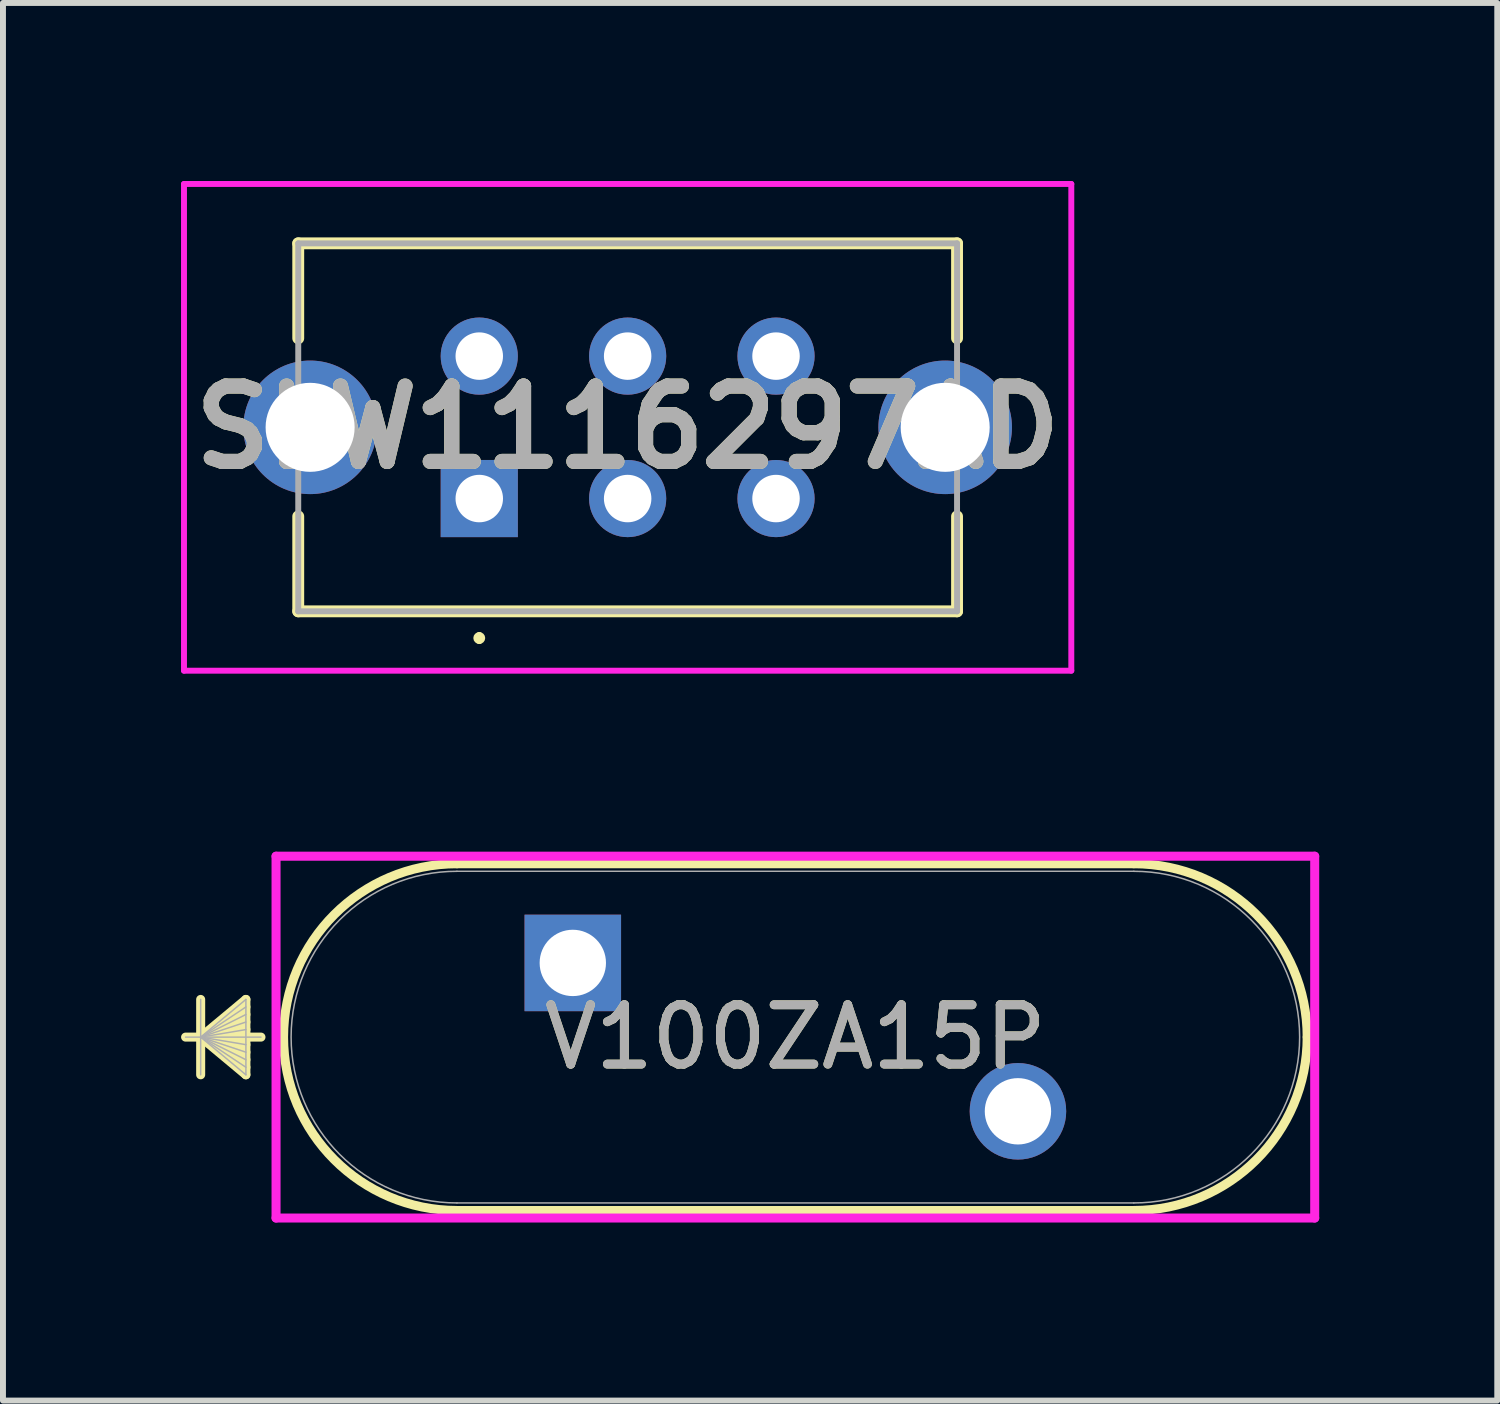
<source format=kicad_pcb>
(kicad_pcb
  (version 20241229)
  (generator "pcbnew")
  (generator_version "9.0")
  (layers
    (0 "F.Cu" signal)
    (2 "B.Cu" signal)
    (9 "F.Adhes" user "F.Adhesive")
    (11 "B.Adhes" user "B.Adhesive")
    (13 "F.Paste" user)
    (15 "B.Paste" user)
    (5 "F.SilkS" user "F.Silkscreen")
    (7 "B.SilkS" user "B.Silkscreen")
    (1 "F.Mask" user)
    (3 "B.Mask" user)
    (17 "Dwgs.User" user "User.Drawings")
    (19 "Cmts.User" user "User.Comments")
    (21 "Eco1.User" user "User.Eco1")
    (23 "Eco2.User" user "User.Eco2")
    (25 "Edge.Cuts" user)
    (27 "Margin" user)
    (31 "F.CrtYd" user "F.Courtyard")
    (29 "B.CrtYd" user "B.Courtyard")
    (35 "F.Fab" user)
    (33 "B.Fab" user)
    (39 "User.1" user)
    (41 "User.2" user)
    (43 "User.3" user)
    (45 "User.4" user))
  (footprint "SLW1116297AD"
    (layer "F.Cu")
    (at 5.025 5.35)
    (property "Reference" "SLW1116297AD" (at 2.5 -1.2 0) (layer "F.SilkS") (effects (font (size 1.27 1.27) (thickness 0.254))))
    (attr through_hole)
    (fp_line (start -3.05 -4.3) (end 8.05 -4.3) (stroke (width 0.2) (type solid)) (layer "F.SilkS"))
    (fp_line (start -3.05 -2.7) (end -3.05 -4.3) (stroke (width 0.2) (type solid)) (layer "F.SilkS"))
    (fp_line (start -3.05 0.3) (end -3.05 1.9) (stroke (width 0.2) (type solid)) (layer "F.SilkS"))
    (fp_line (start -3.05 1.9) (end 8.05 1.9) (stroke (width 0.2) (type solid)) (layer "F.SilkS"))
    (fp_line (start 0 2.3) (end 0 2.3) (stroke (width 0.1) (type solid)) (layer "F.SilkS"))
    (fp_line (start 0 2.4) (end 0 2.4) (stroke (width 0.1) (type solid)) (layer "F.SilkS"))
    (fp_line (start 8.05 -4.3) (end 8.05 -2.7) (stroke (width 0.2) (type solid)) (layer "F.SilkS"))
    (fp_line (start 8.05 1.9) (end 8.05 0.3) (stroke (width 0.2) (type solid)) (layer "F.SilkS"))
    (fp_arc (start 0 2.3) (mid 0.05 2.35) (end 0 2.4) (stroke (width 0.1) (type solid)) (layer "F.SilkS"))
    (fp_arc (start 0 2.4) (mid -0.05 2.35) (end 0 2.3) (stroke (width 0.1) (type solid)) (layer "F.SilkS"))
    (fp_line (start -4.975 -5.3) (end 9.975 -5.3) (stroke (width 0.1) (type solid)) (layer "F.CrtYd"))
    (fp_line (start -4.975 2.9) (end -4.975 -5.3) (stroke (width 0.1) (type solid)) (layer "F.CrtYd"))
    (fp_line (start 9.975 -5.3) (end 9.975 2.9) (stroke (width 0.1) (type solid)) (layer "F.CrtYd"))
    (fp_line (start 9.975 2.9) (end -4.975 2.9) (stroke (width 0.1) (type solid)) (layer "F.CrtYd"))
    (fp_line (start -3.05 -4.3) (end 8.05 -4.3) (stroke (width 0.1) (type solid)) (layer "F.Fab"))
    (fp_line (start -3.05 1.9) (end -3.05 -4.3) (stroke (width 0.1) (type solid)) (layer "F.Fab"))
    (fp_line (start 8.05 -4.3) (end 8.05 1.9) (stroke (width 0.1) (type solid)) (layer "F.Fab"))
    (fp_line (start 8.05 1.9) (end -3.05 1.9) (stroke (width 0.1) (type solid)) (layer "F.Fab"))
    (fp_text user "${REFERENCE}" (at 2.5 -1.2 0) (layer "F.Fab") (effects (font (size 1.27 1.27) (thickness 0.254))))
    (pad "" thru_hole circle (at -2.85 -1.2) (size 2.25 2.25) (drill 1.5) (layers "*.Cu" "*.Mask"))
    (pad "" thru_hole circle (at 7.85 -1.2) (size 2.25 2.25) (drill 1.5) (layers "*.Cu" "*.Mask"))
    (pad "1" thru_hole rect (at 0 0) (size 1.3 1.3) (drill 0.8) (layers "*.Cu" "*.Mask"))
    (pad "2" thru_hole circle (at 2.5 0) (size 1.3 1.3) (drill 0.8) (layers "*.Cu" "*.Mask"))
    (pad "3" thru_hole circle (at 5 0) (size 1.3 1.3) (drill 0.8) (layers "*.Cu" "*.Mask"))
    (pad "4" thru_hole circle (at 5 -2.4) (size 1.3 1.3) (drill 0.8) (layers "*.Cu" "*.Mask"))
    (pad "5" thru_hole circle (at 2.5 -2.4) (size 1.3 1.3) (drill 0.8) (layers "*.Cu" "*.Mask"))
    (pad "6" thru_hole circle (at 0 -2.4) (size 1.3 1.3) (drill 0.8) (layers "*.Cu" "*.Mask")))
  (footprint "V100ZA15P"
    (layer "F.Cu")
    (at 6.601 13.174)
    (property "Reference" "V100ZA15P" (at 3.75 1.25 0) (unlocked yes) (layer "F.SilkS") (effects (font (size 1 1) (thickness 0.15))))
    (attr through_hole)
    (fp_line (start -6.27 0.615) (end -6.27 1.885) (stroke (width 0.152) (type solid)) (layer "F.SilkS"))
    (fp_line (start -6.27 1.25) (end -5.508 0.615) (stroke (width 0.152) (type solid)) (layer "F.SilkS"))
    (fp_line (start -6.27 1.25) (end -5.508 0.742) (stroke (width 0.152) (type solid)) (layer "F.SilkS"))
    (fp_line (start -6.27 1.25) (end -5.508 0.869) (stroke (width 0.152) (type solid)) (layer "F.SilkS"))
    (fp_line (start -6.27 1.25) (end -5.508 0.996) (stroke (width 0.152) (type solid)) (layer "F.SilkS"))
    (fp_line (start -6.27 1.25) (end -5.508 1.123) (stroke (width 0.152) (type solid)) (layer "F.SilkS"))
    (fp_line (start -6.27 1.25) (end -5.508 1.377) (stroke (width 0.152) (type solid)) (layer "F.SilkS"))
    (fp_line (start -6.27 1.25) (end -5.508 1.504) (stroke (width 0.152) (type solid)) (layer "F.SilkS"))
    (fp_line (start -6.27 1.25) (end -5.508 1.631) (stroke (width 0.152) (type solid)) (layer "F.SilkS"))
    (fp_line (start -6.27 1.25) (end -5.508 1.758) (stroke (width 0.152) (type solid)) (layer "F.SilkS"))
    (fp_line (start -6.27 1.25) (end -5.508 1.885) (stroke (width 0.152) (type solid)) (layer "F.SilkS"))
    (fp_line (start -5.508 0.615) (end -5.508 1.885) (stroke (width 0.152) (type solid)) (layer "F.SilkS"))
    (fp_line (start -5.254 1.25) (end -6.524 1.25) (stroke (width 0.152) (type solid)) (layer "F.SilkS"))
    (fp_line (start 9.452 -1.671) (end -1.952 -1.671) (stroke (width 0.152) (type solid)) (layer "F.SilkS"))
    (fp_line (start 9.452 4.171) (end -1.952 4.171) (stroke (width 0.152) (type solid)) (layer "F.SilkS"))
    (fp_arc (start -1.9523 4.171) (mid -4.8733 1.25) (end -1.9523 -1.671) (stroke (width 0.1524) (type solid)) (layer "F.SilkS"))
    (fp_arc (start 9.4523 -1.671) (mid 11.517759 -0.815459) (end 12.3733 1.25) (stroke (width 0.1524) (type solid)) (layer "F.SilkS"))
    (fp_arc (start 12.3733 1.25) (mid 11.517759 3.315459) (end 9.4523 4.171) (stroke (width 0.1524) (type solid)) (layer "F.SilkS"))
    (fp_line (start -5 -1.798) (end 12.5 -1.798) (stroke (width 0.152) (type solid)) (layer "F.CrtYd"))
    (fp_line (start -5 4.298) (end -5 -1.798) (stroke (width 0.152) (type solid)) (layer "F.CrtYd"))
    (fp_line (start 12.5 -1.798) (end 12.5 4.298) (stroke (width 0.152) (type solid)) (layer "F.CrtYd"))
    (fp_line (start 12.5 4.298) (end -5 4.298) (stroke (width 0.152) (type solid)) (layer "F.CrtYd"))
    (fp_line (start -6.27 0.615) (end -6.27 1.885) (stroke (width 0.025) (type solid)) (layer "F.Fab"))
    (fp_line (start -6.27 1.25) (end -5.508 0.615) (stroke (width 0.025) (type solid)) (layer "F.Fab"))
    (fp_line (start -6.27 1.25) (end -5.508 0.742) (stroke (width 0.025) (type solid)) (layer "F.Fab"))
    (fp_line (start -6.27 1.25) (end -5.508 0.869) (stroke (width 0.025) (type solid)) (layer "F.Fab"))
    (fp_line (start -6.27 1.25) (end -5.508 0.996) (stroke (width 0.025) (type solid)) (layer "F.Fab"))
    (fp_line (start -6.27 1.25) (end -5.508 1.123) (stroke (width 0.025) (type solid)) (layer "F.Fab"))
    (fp_line (start -6.27 1.25) (end -5.508 1.377) (stroke (width 0.025) (type solid)) (layer "F.Fab"))
    (fp_line (start -6.27 1.25) (end -5.508 1.504) (stroke (width 0.025) (type solid)) (layer "F.Fab"))
    (fp_line (start -6.27 1.25) (end -5.508 1.631) (stroke (width 0.025) (type solid)) (layer "F.Fab"))
    (fp_line (start -6.27 1.25) (end -5.508 1.758) (stroke (width 0.025) (type solid)) (layer "F.Fab"))
    (fp_line (start -6.27 1.25) (end -5.508 1.885) (stroke (width 0.025) (type solid)) (layer "F.Fab"))
    (fp_line (start -5.508 0.615) (end -5.508 1.885) (stroke (width 0.025) (type solid)) (layer "F.Fab"))
    (fp_line (start -5.254 1.25) (end -6.524 1.25) (stroke (width 0.025) (type solid)) (layer "F.Fab"))
    (fp_line (start 9.452 -1.544) (end -1.952 -1.544) (stroke (width 0.025) (type solid)) (layer "F.Fab"))
    (fp_line (start 9.452 4.044) (end -1.952 4.044) (stroke (width 0.025) (type solid)) (layer "F.Fab"))
    (fp_arc (start -1.9523 4.044) (mid -4.7463 1.25) (end -1.9523 -1.544) (stroke (width 0.0254) (type solid)) (layer "F.Fab"))
    (fp_arc (start 9.4523 -1.544) (mid 12.2463 1.25) (end 9.4523 4.044) (stroke (width 0.0254) (type solid)) (layer "F.Fab"))
    (fp_text user "${REFERENCE}" (at 3.75 1.25 0) (unlocked yes) (layer "F.Fab") (effects (font (size 1 1) (thickness 0.15))))
    (pad "1" thru_hole rect (at 0 0) (size 1.626 1.626) (drill 1.118) (layers "*.Cu" "*.Mask"))
    (pad "2" thru_hole circle (at 7.5 2.5) (size 1.626 1.626) (drill 1.118) (layers "*.Cu" "*.Mask")))
  (gr_rect
    (start -3 -3)
    (end 22.177 20.548)
    (stroke (width 0.1) (type default))
    (fill no)
    (layer "Edge.Cuts")))
</source>
